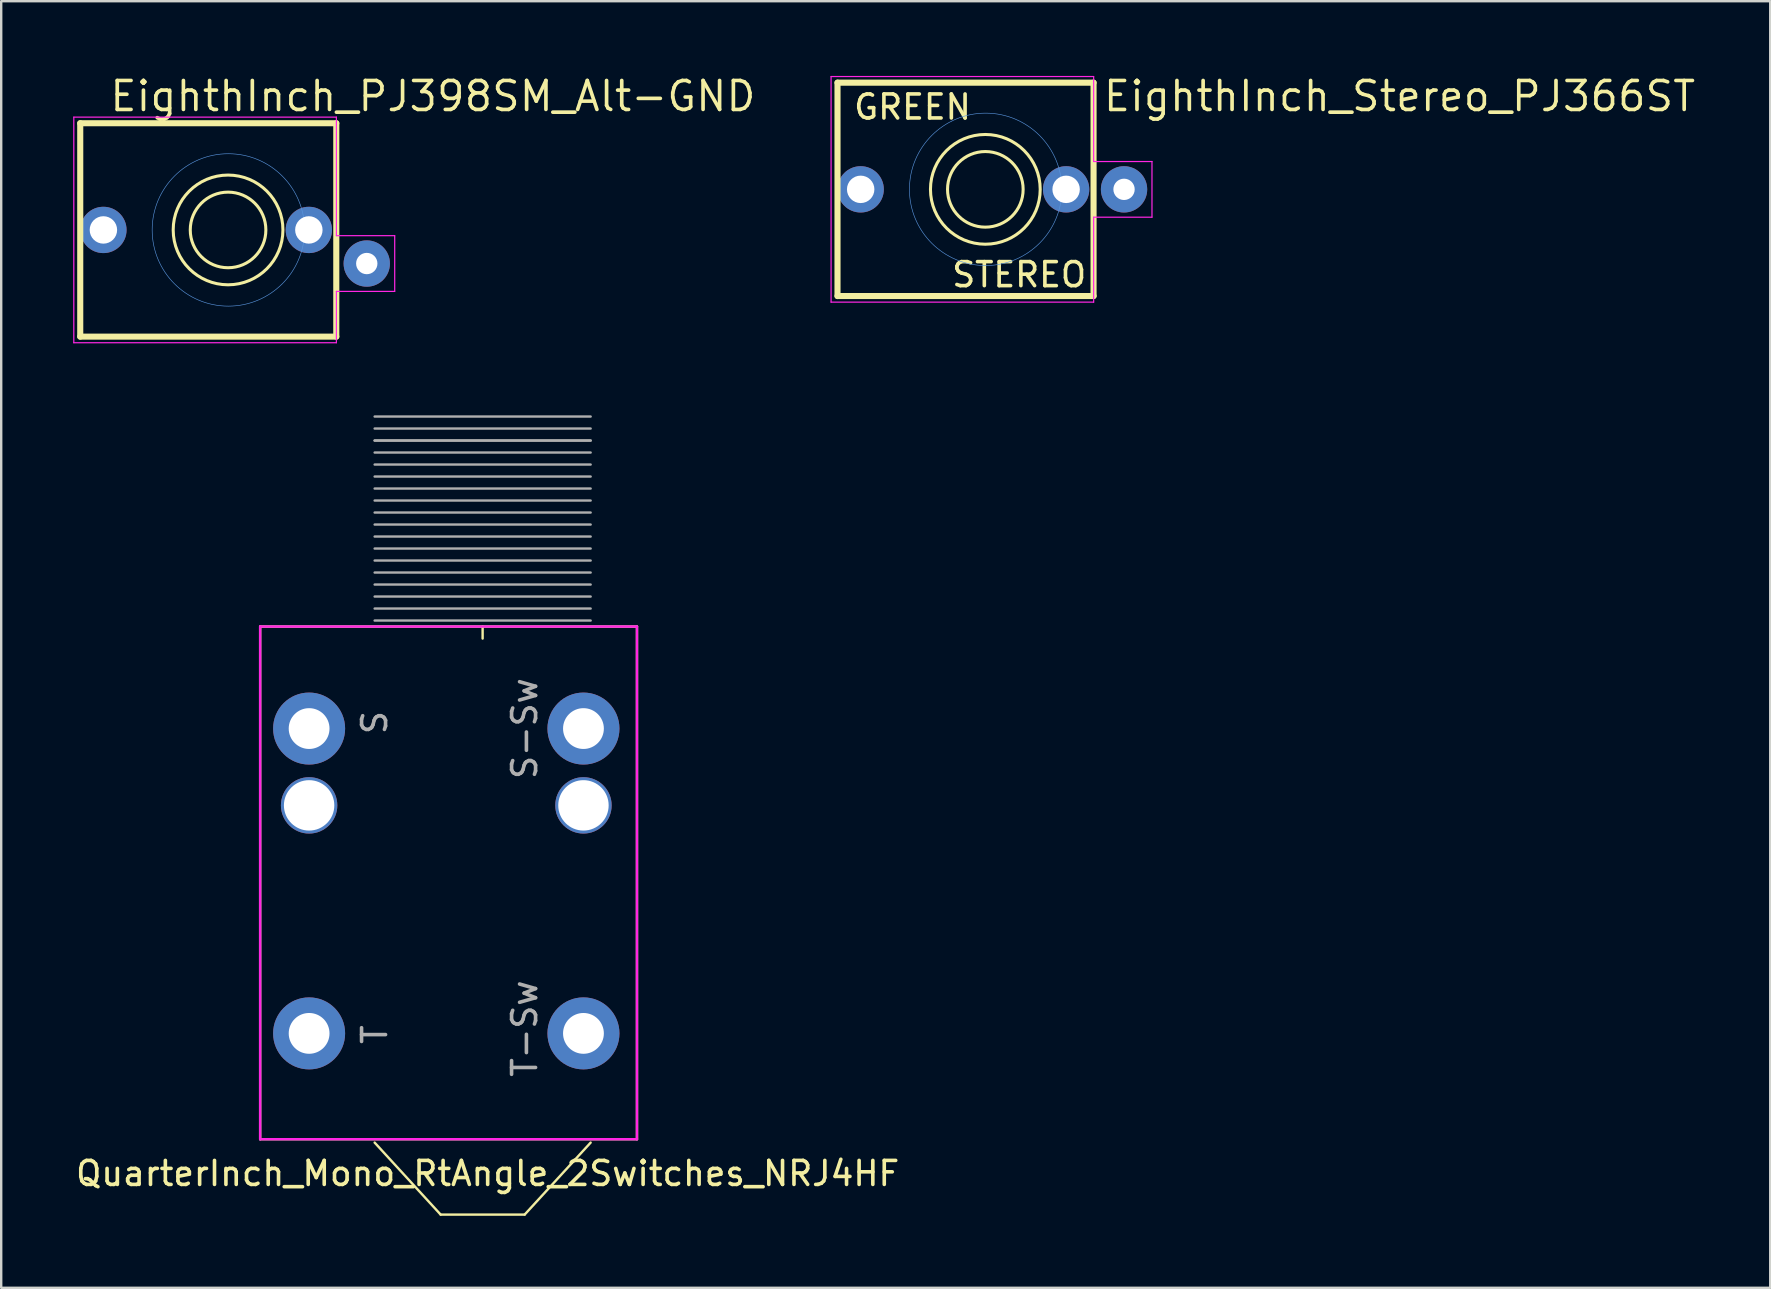
<source format=kicad_pcb>
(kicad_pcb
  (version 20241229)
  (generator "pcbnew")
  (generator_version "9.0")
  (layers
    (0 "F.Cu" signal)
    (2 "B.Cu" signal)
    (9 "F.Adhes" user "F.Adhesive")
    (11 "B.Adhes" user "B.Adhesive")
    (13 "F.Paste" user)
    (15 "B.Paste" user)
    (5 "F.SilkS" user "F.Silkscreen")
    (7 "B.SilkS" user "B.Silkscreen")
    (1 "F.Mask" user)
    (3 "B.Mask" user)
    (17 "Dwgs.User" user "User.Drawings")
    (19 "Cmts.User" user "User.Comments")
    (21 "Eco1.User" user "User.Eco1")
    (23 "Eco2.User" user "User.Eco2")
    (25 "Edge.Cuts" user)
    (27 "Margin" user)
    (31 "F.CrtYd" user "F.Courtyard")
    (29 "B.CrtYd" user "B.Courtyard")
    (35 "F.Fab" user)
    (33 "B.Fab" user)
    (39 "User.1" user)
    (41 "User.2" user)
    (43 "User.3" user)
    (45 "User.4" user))
  (footprint "QuarterInch_Mono_RtAngle_2Switches_NRJ4HF"
    (layer "F.Cu")
    (at 17.058 23.055)
    (property "Reference" "QuarterInch_Mono_RtAngle_2Switches_NRJ4HF" (at 0.21 22.787 0) (layer "F.SilkS") (effects (font (size 1 1) (thickness 0.15))))
    (attr through_hole)
    (fp_line (start -9.269 0) (end -9.269 21.36) (stroke (width 0.1) (type solid)) (layer "F.SilkS"))
    (fp_line (start -9.269 0) (end 6.431 0) (stroke (width 0.1) (type solid)) (layer "F.SilkS"))
    (fp_line (start -9.269 21.36) (end 6.431 21.36) (stroke (width 0.1) (type solid)) (layer "F.SilkS"))
    (fp_line (start -4.499 21.5) (end -1.749 24.5) (stroke (width 0.1) (type solid)) (layer "F.SilkS"))
    (fp_line (start 0 0.5) (end 0 0) (stroke (width 0.1) (type solid)) (layer "F.SilkS"))
    (fp_line (start 1.751 24.5) (end -1.749 24.5) (stroke (width 0.1) (type solid)) (layer "F.SilkS"))
    (fp_line (start 4.501 21.5) (end 1.751 24.5) (stroke (width 0.1) (type solid)) (layer "F.SilkS"))
    (fp_line (start 6.431 0) (end 6.431 21.36) (stroke (width 0.1) (type solid)) (layer "F.SilkS"))
    (fp_line (start -9.269 0) (end -9.269 21.36) (stroke (width 0.1) (type solid)) (layer "F.CrtYd"))
    (fp_line (start -9.269 0) (end 6.431 0) (stroke (width 0.1) (type solid)) (layer "F.CrtYd"))
    (fp_line (start -9.269 21.36) (end 6.431 21.36) (stroke (width 0.1) (type solid)) (layer "F.CrtYd"))
    (fp_line (start 6.431 0) (end 6.431 21.36) (stroke (width 0.1) (type solid)) (layer "F.CrtYd"))
    (fp_line (start -4.499 -8.75) (end 4.501 -8.75) (stroke (width 0.1) (type solid)) (layer "F.Fab"))
    (fp_line (start -4.499 -8.25) (end 4.501 -8.25) (stroke (width 0.1) (type solid)) (layer "F.Fab"))
    (fp_line (start -4.499 -7.75) (end 4.501 -7.75) (stroke (width 0.1) (type solid)) (layer "F.Fab"))
    (fp_line (start -4.499 -7.75) (end 4.501 -7.75) (stroke (width 0.1) (type solid)) (layer "F.Fab"))
    (fp_line (start -4.499 -7.25) (end 4.501 -7.25) (stroke (width 0.1) (type solid)) (layer "F.Fab"))
    (fp_line (start -4.499 -6.75) (end 4.501 -6.75) (stroke (width 0.1) (type solid)) (layer "F.Fab"))
    (fp_line (start -4.499 -6.25) (end 4.501 -6.25) (stroke (width 0.1) (type solid)) (layer "F.Fab"))
    (fp_line (start -4.499 -5.75) (end 4.501 -5.75) (stroke (width 0.1) (type solid)) (layer "F.Fab"))
    (fp_line (start -4.499 -5.25) (end 4.501 -5.25) (stroke (width 0.1) (type solid)) (layer "F.Fab"))
    (fp_line (start -4.499 -4.75) (end 4.501 -4.75) (stroke (width 0.1) (type solid)) (layer "F.Fab"))
    (fp_line (start -4.499 -4.25) (end 4.501 -4.25) (stroke (width 0.1) (type solid)) (layer "F.Fab"))
    (fp_line (start -4.499 -3.75) (end 4.501 -3.75) (stroke (width 0.1) (type solid)) (layer "F.Fab"))
    (fp_line (start -4.499 -3.25) (end 4.501 -3.25) (stroke (width 0.1) (type solid)) (layer "F.Fab"))
    (fp_line (start -4.499 -2.75) (end 4.501 -2.75) (stroke (width 0.1) (type solid)) (layer "F.Fab"))
    (fp_line (start -4.499 -2.25) (end 4.501 -2.25) (stroke (width 0.1) (type solid)) (layer "F.Fab"))
    (fp_line (start -4.499 -1.75) (end 4.501 -1.75) (stroke (width 0.1) (type solid)) (layer "F.Fab"))
    (fp_line (start -4.499 -1.25) (end 4.501 -1.25) (stroke (width 0.1) (type solid)) (layer "F.Fab"))
    (fp_line (start -4.499 -0.75) (end 4.501 -0.75) (stroke (width 0.1) (type solid)) (layer "F.Fab"))
    (fp_line (start -4.499 -0.25) (end 4.501 -0.25) (stroke (width 0.1) (type solid)) (layer "F.Fab"))
    (fp_text user "S-Sw" (at 1.751 4.25 90) (layer "F.Fab") (effects (font (size 1 1) (thickness 0.15))))
    (fp_text user "T" (at -4.499 17 90) (layer "F.Fab") (effects (font (size 1 1) (thickness 0.15))))
    (fp_text user "T-Sw" (at 1.751 16.75 90) (layer "F.Fab") (effects (font (size 1 1) (thickness 0.15))))
    (fp_text user "S" (at -4.499 4 90) (layer "F.Fab") (effects (font (size 1 1) (thickness 0.15))))
    (pad "1" thru_hole circle (at -7.229 16.95 90) (size 3 3) (drill 1.7) (layers "*.Cu" "*.Mask"))
    (pad "2" thru_hole circle (at -7.229 4.25 90) (size 3 3) (drill 1.7) (layers "*.Cu" "*.Mask"))
    (pad "3" thru_hole circle (at 4.201 16.95 90) (size 3 3) (drill 1.7) (layers "*.Cu" "*.Mask"))
    (pad "4" thru_hole circle (at 4.201 4.25 90) (size 3 3) (drill 1.7) (layers "*.Cu" "*.Mask"))
    (pad "5" thru_hole circle (at -7.229 7.45 90) (size 2.35 2.35) (drill 2.1) (layers "*.Cu" "*.Mask"))
    (pad "6" thru_hole circle (at 4.201 7.45 90) (size 2.35 2.35) (drill 2.1) (layers "*.Cu" "*.Mask")))
  (footprint "EighthInch_PJ398SM_Alt-GND"
    (layer "F.Cu")
    (at 6.465 6.53)
    (property "Reference" "EighthInch_PJ398SM_Alt-GND" (at -5.017 -4.866 0) (layer "F.SilkS") (effects (font (size 1.206 1.206) (thickness 0.152)) (justify left bottom)))
    (attr through_hole)
    (fp_line (start -6.172 -4.445) (end -6.172 4.445) (stroke (width 0.254) (type solid)) (layer "F.SilkS"))
    (fp_line (start -6.172 4.445) (end 4.496 4.445) (stroke (width 0.254) (type solid)) (layer "F.SilkS"))
    (fp_line (start 4.496 -4.445) (end -6.172 -4.445) (stroke (width 0.254) (type solid)) (layer "F.SilkS"))
    (fp_line (start 4.496 4.445) (end 4.496 -4.445) (stroke (width 0.254) (type solid)) (layer "F.SilkS"))
    (fp_circle (center -0.013 0) (end 1.562 0) (stroke (width 0.127) (type solid)) (fill no) (layer "F.SilkS"))
    (fp_circle (center -0.013 0) (end 2.273 0) (stroke (width 0.127) (type solid)) (fill no) (layer "F.SilkS"))
    (fp_circle (center 0 0) (end 3.175 0) (stroke (width 0.025) (type solid)) (fill no) (layer "Cmts.User"))
    (fp_line (start -6.44 -4.7) (end -6.44 4.7) (stroke (width 0.05) (type solid)) (layer "F.CrtYd"))
    (fp_line (start -6.44 -4.7) (end 4.5 -4.7) (stroke (width 0.05) (type solid)) (layer "F.CrtYd"))
    (fp_line (start -6.44 4.7) (end 4.5 4.7) (stroke (width 0.05) (type solid)) (layer "F.CrtYd"))
    (fp_line (start 4.5 -4.7) (end 4.5 0.24) (stroke (width 0.05) (type solid)) (layer "F.CrtYd"))
    (fp_line (start 4.5 0.24) (end 6.93 0.24) (stroke (width 0.05) (type solid)) (layer "F.CrtYd"))
    (fp_line (start 4.5 2.56) (end 4.5 4.7) (stroke (width 0.05) (type solid)) (layer "F.CrtYd"))
    (fp_line (start 6.93 0.24) (end 6.93 2.56) (stroke (width 0.05) (type solid)) (layer "F.CrtYd"))
    (fp_line (start 6.93 2.56) (end 4.5 2.56) (stroke (width 0.05) (type solid)) (layer "F.CrtYd"))
    (pad "1" thru_hole circle (at -5.207 0) (size 1.93 1.93) (drill 1.143) (layers "*.Cu" "*.Mask"))
    (pad "2" thru_hole circle (at 5.766 1.4) (size 1.93 1.93) (drill 0.889) (layers "*.Cu" "*.Mask"))
    (pad "3" thru_hole circle (at 3.353 0) (size 1.93 1.93) (drill 1.143) (layers "*.Cu" "*.Mask")))
  (footprint "EighthInch_Stereo_PJ366ST"
    (layer "F.Cu")
    (at 38.016 4.839)
    (property "Reference" "EighthInch_Stereo_PJ366ST" (at 4.826 -3.175 0) (layer "F.SilkS") (effects (font (size 1.206 1.206) (thickness 0.152)) (justify left bottom)))
    (attr through_hole)
    (fp_line (start -6.172 -4.445) (end -6.172 4.445) (stroke (width 0.254) (type solid)) (layer "F.SilkS"))
    (fp_line (start -6.172 4.445) (end 4.496 4.445) (stroke (width 0.254) (type solid)) (layer "F.SilkS"))
    (fp_line (start 4.496 -4.445) (end -6.172 -4.445) (stroke (width 0.254) (type solid)) (layer "F.SilkS"))
    (fp_line (start 4.496 4.445) (end 4.496 -4.445) (stroke (width 0.254) (type solid)) (layer "F.SilkS"))
    (fp_circle (center -0.013 0) (end 1.562 0) (stroke (width 0.127) (type solid)) (fill no) (layer "F.SilkS"))
    (fp_circle (center -0.013 0) (end 2.273 0) (stroke (width 0.127) (type solid)) (fill no) (layer "F.SilkS"))
    (fp_circle (center 0 0) (end 3.175 0) (stroke (width 0.025) (type solid)) (fill no) (layer "Cmts.User"))
    (fp_line (start -6.44 -4.7) (end -6.44 4.7) (stroke (width 0.05) (type solid)) (layer "F.CrtYd"))
    (fp_line (start -6.44 -4.7) (end 4.5 -4.7) (stroke (width 0.05) (type solid)) (layer "F.CrtYd"))
    (fp_line (start -6.44 4.7) (end 4.5 4.7) (stroke (width 0.05) (type solid)) (layer "F.CrtYd"))
    (fp_line (start 4.5 -4.7) (end 4.5 -1.16) (stroke (width 0.05) (type solid)) (layer "F.CrtYd"))
    (fp_line (start 4.5 -1.16) (end 6.93 -1.16) (stroke (width 0.05) (type solid)) (layer "F.CrtYd"))
    (fp_line (start 4.5 1.16) (end 4.5 4.7) (stroke (width 0.05) (type solid)) (layer "F.CrtYd"))
    (fp_line (start 6.93 -1.16) (end 6.93 1.16) (stroke (width 0.05) (type solid)) (layer "F.CrtYd"))
    (fp_line (start 6.93 1.16) (end 4.5 1.16) (stroke (width 0.05) (type solid)) (layer "F.CrtYd"))
    (fp_text user "GREEN" (at -3.048 -3.429 0) (layer "F.SilkS") (effects (font (size 1 1) (thickness 0.15))))
    (fp_text user "STEREO" (at 1.397 3.556 0) (layer "F.SilkS") (effects (font (size 1 1) (thickness 0.15))))
    (pad "1" thru_hole circle (at 5.766 0) (size 1.93 1.93) (drill 0.889) (layers "*.Cu" "*.Mask"))
    (pad "2" thru_hole circle (at -5.207 0) (size 1.93 1.93) (drill 1.143) (layers "*.Cu" "*.Mask"))
    (pad "3" thru_hole circle (at 3.353 0) (size 1.93 1.93) (drill 1.143) (layers "*.Cu" "*.Mask")))
  (gr_rect
    (start -3 -3)
    (end 70.705 50.605)
    (stroke (width 0.1) (type default))
    (fill no)
    (layer "Edge.Cuts")))
</source>
